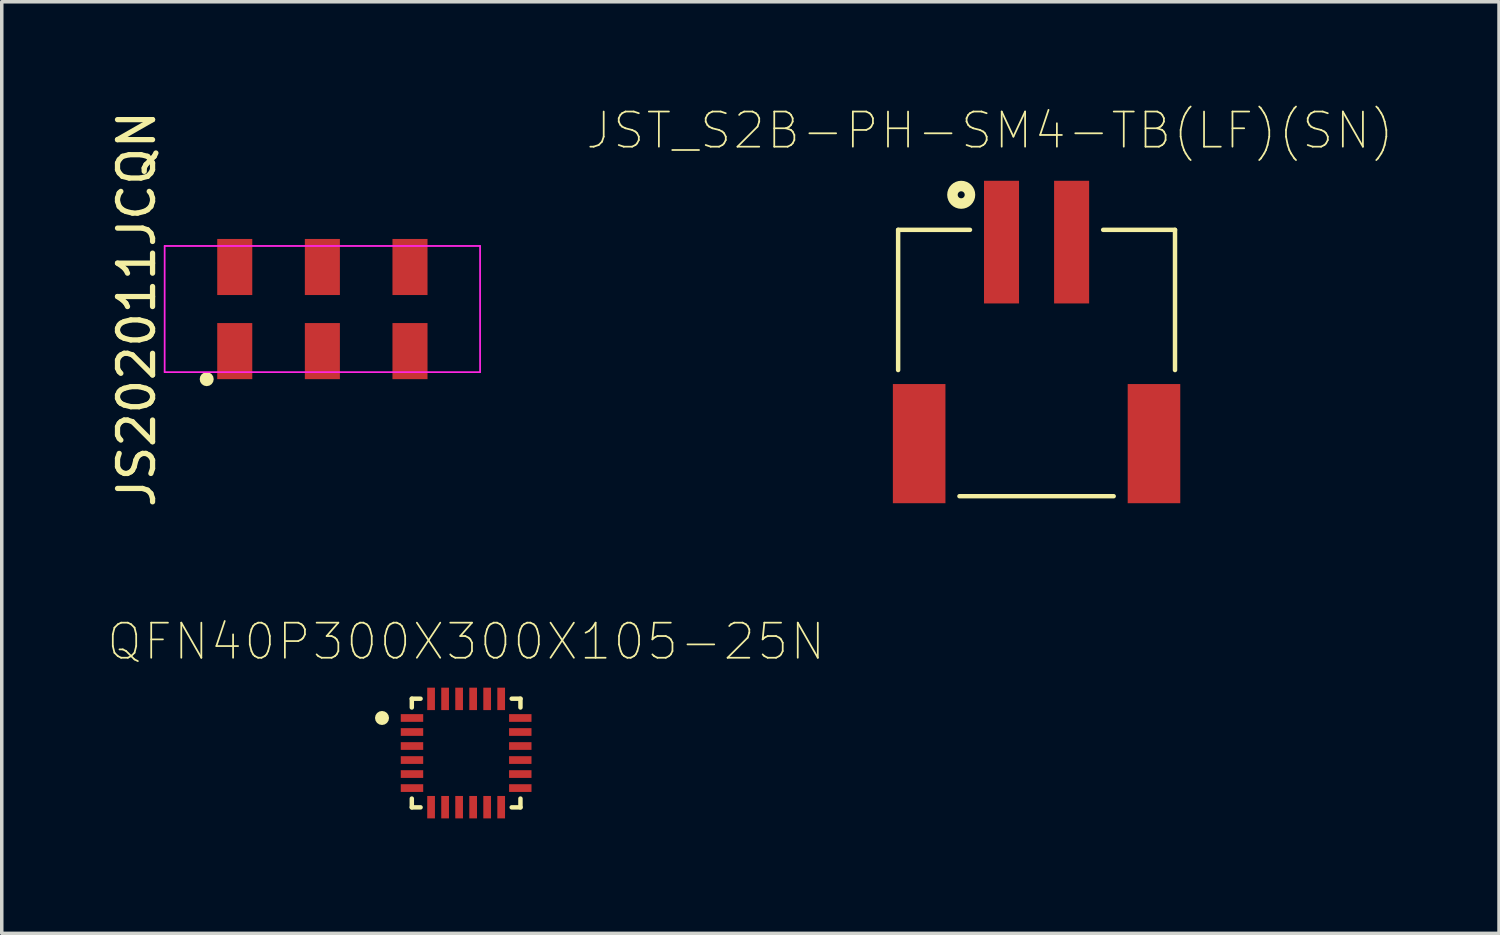
<source format=kicad_pcb>
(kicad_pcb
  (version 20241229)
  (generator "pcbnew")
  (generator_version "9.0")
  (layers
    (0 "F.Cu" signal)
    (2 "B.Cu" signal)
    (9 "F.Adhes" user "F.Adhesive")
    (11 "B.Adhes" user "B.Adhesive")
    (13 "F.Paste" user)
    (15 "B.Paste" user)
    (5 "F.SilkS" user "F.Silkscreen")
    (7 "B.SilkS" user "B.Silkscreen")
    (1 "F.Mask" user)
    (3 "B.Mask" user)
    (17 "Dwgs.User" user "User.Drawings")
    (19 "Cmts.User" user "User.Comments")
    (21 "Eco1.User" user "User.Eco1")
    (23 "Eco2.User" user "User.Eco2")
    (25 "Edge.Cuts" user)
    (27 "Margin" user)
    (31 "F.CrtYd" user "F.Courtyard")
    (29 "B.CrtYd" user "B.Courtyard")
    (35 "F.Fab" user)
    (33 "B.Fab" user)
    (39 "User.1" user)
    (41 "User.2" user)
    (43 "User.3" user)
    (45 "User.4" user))
  (footprint "QFN40P300X300X105-25N"
    (layer "F.Cu")
    (at 10.25 18.436)
    (property "Reference" "QFN40P300X300X105-25N" (at 0 -3.179 0) (layer "F.SilkS") (effects (font (size 1.001 1.001) (thickness 0.05))))
    (attr smd)
    (fp_line (start -1.55 -1.55) (end -1.55 -1.3) (stroke (width 0.127) (type solid)) (layer "F.SilkS"))
    (fp_line (start -1.55 1.3) (end -1.55 1.55) (stroke (width 0.127) (type solid)) (layer "F.SilkS"))
    (fp_line (start -1.55 1.55) (end -1.3 1.55) (stroke (width 0.127) (type solid)) (layer "F.SilkS"))
    (fp_line (start -1.3 -1.55) (end -1.55 -1.55) (stroke (width 0.127) (type solid)) (layer "F.SilkS"))
    (fp_line (start 1.3 -1.55) (end 1.55 -1.55) (stroke (width 0.127) (type solid)) (layer "F.SilkS"))
    (fp_line (start 1.55 -1.55) (end 1.55 -1.3) (stroke (width 0.127) (type solid)) (layer "F.SilkS"))
    (fp_line (start 1.55 1.3) (end 1.55 1.55) (stroke (width 0.127) (type solid)) (layer "F.SilkS"))
    (fp_line (start 1.55 1.55) (end 1.3 1.55) (stroke (width 0.127) (type solid)) (layer "F.SilkS"))
    (fp_circle (center -2.4 -1) (end -2.3 -1) (stroke (width 0.2) (type solid)) (fill no) (layer "F.SilkS"))
    (fp_line (start -2.12 -2.12) (end 2.12 -2.12) (stroke (width 0.05) (type solid)) (layer "Eco1.User"))
    (fp_line (start -2.12 2.12) (end -2.12 -2.12) (stroke (width 0.05) (type solid)) (layer "Eco1.User"))
    (fp_line (start 2.12 -2.12) (end 2.12 2.12) (stroke (width 0.05) (type solid)) (layer "Eco1.User"))
    (fp_line (start 2.12 2.12) (end -2.12 2.12) (stroke (width 0.05) (type solid)) (layer "Eco1.User"))
    (fp_line (start -1.55 -1.55) (end 1.55 -1.55) (stroke (width 0.127) (type solid)) (layer "Eco2.User"))
    (fp_line (start -1.55 1.55) (end -1.55 -1.55) (stroke (width 0.127) (type solid)) (layer "Eco2.User"))
    (fp_line (start 1.55 -1.55) (end 1.55 1.55) (stroke (width 0.127) (type solid)) (layer "Eco2.User"))
    (fp_line (start 1.55 1.55) (end -1.55 1.55) (stroke (width 0.127) (type solid)) (layer "Eco2.User"))
    (fp_circle (center -1.2 -1.1) (end -1.1 -1.1) (stroke (width 0.2) (type solid)) (fill no) (layer "Eco2.User"))
    (pad "1" smd rect (at -1.545 -1) (size 0.64 0.22) (layers "F.Cu" "F.Mask" "F.Paste"))
    (pad "2" smd rect (at -1.545 -0.6) (size 0.64 0.22) (layers "F.Cu" "F.Mask" "F.Paste"))
    (pad "3" smd rect (at -1.545 -0.2) (size 0.64 0.22) (layers "F.Cu" "F.Mask" "F.Paste"))
    (pad "4" smd rect (at -1.545 0.2) (size 0.64 0.22) (layers "F.Cu" "F.Mask" "F.Paste"))
    (pad "5" smd rect (at -1.545 0.6) (size 0.64 0.22) (layers "F.Cu" "F.Mask" "F.Paste"))
    (pad "6" smd rect (at -1.545 1) (size 0.64 0.22) (layers "F.Cu" "F.Mask" "F.Paste"))
    (pad "7" smd rect (at -1 1.545 90) (size 0.64 0.22) (layers "F.Cu" "F.Mask" "F.Paste"))
    (pad "8" smd rect (at -0.6 1.545 90) (size 0.64 0.22) (layers "F.Cu" "F.Mask" "F.Paste"))
    (pad "9" smd rect (at -0.2 1.545 90) (size 0.64 0.22) (layers "F.Cu" "F.Mask" "F.Paste"))
    (pad "10" smd rect (at 0.2 1.545 90) (size 0.64 0.22) (layers "F.Cu" "F.Mask" "F.Paste"))
    (pad "11" smd rect (at 0.6 1.545 90) (size 0.64 0.22) (layers "F.Cu" "F.Mask" "F.Paste"))
    (pad "12" smd rect (at 1 1.545 90) (size 0.64 0.22) (layers "F.Cu" "F.Mask" "F.Paste"))
    (pad "13" smd rect (at 1.545 1 180) (size 0.64 0.22) (layers "F.Cu" "F.Mask" "F.Paste"))
    (pad "14" smd rect (at 1.545 0.6 180) (size 0.64 0.22) (layers "F.Cu" "F.Mask" "F.Paste"))
    (pad "15" smd rect (at 1.545 0.2 180) (size 0.64 0.22) (layers "F.Cu" "F.Mask" "F.Paste"))
    (pad "16" smd rect (at 1.545 -0.2 180) (size 0.64 0.22) (layers "F.Cu" "F.Mask" "F.Paste"))
    (pad "17" smd rect (at 1.545 -0.6 180) (size 0.64 0.22) (layers "F.Cu" "F.Mask" "F.Paste"))
    (pad "18" smd rect (at 1.545 -1 180) (size 0.64 0.22) (layers "F.Cu" "F.Mask" "F.Paste"))
    (pad "19" smd rect (at 1 -1.545 270) (size 0.64 0.22) (layers "F.Cu" "F.Mask" "F.Paste"))
    (pad "20" smd rect (at 0.6 -1.545 270) (size 0.64 0.22) (layers "F.Cu" "F.Mask" "F.Paste"))
    (pad "21" smd rect (at 0.2 -1.545 270) (size 0.64 0.22) (layers "F.Cu" "F.Mask" "F.Paste"))
    (pad "22" smd rect (at -0.2 -1.545 270) (size 0.64 0.22) (layers "F.Cu" "F.Mask" "F.Paste"))
    (pad "23" smd rect (at -0.6 -1.545 270) (size 0.64 0.22) (layers "F.Cu" "F.Mask" "F.Paste"))
    (pad "24" smd rect (at -1 -1.545 270) (size 0.64 0.22) (layers "F.Cu" "F.Mask" "F.Paste")))
  (footprint "JST_S2B-PH-SM4-TB(LF)(SN)"
    (layer "F.Cu")
    (at 26.526 3.858)
    (property "Reference" "JST_S2B-PH-SM4-TB(LF)(SN)" (at -1.329 -3.184 0) (layer "F.SilkS") (effects (font (size 1.002 1.002) (thickness 0.05))))
    (attr smd)
    (fp_line (start -3.95 -0.35) (end -3.95 3.65) (stroke (width 0.127) (type solid)) (layer "F.SilkS"))
    (fp_line (start -2.2 7.25) (end 2.2 7.25) (stroke (width 0.127) (type solid)) (layer "F.SilkS"))
    (fp_line (start -1.9 -0.35) (end -3.95 -0.35) (stroke (width 0.127) (type solid)) (layer "F.SilkS"))
    (fp_line (start 3.95 -0.35) (end 1.9 -0.35) (stroke (width 0.127) (type solid)) (layer "F.SilkS"))
    (fp_line (start 3.95 3.65) (end 3.95 -0.35) (stroke (width 0.127) (type solid)) (layer "F.SilkS"))
    (fp_circle (center -2.15 -1.35) (end -2.05 -1.35) (stroke (width 0.3) (type solid)) (fill no) (layer "F.SilkS"))
    (fp_line (start -4.35 -0.6) (end -1.75 -0.6) (stroke (width 0.05) (type solid)) (layer "Eco1.User"))
    (fp_line (start -4.35 7.7) (end -4.35 -0.6) (stroke (width 0.05) (type solid)) (layer "Eco1.User"))
    (fp_line (start -1.75 -2) (end 1.75 -2) (stroke (width 0.05) (type solid)) (layer "Eco1.User"))
    (fp_line (start -1.75 -0.6) (end -1.75 -2) (stroke (width 0.05) (type solid)) (layer "Eco1.User"))
    (fp_line (start 1.75 -2) (end 1.75 -0.6) (stroke (width 0.05) (type solid)) (layer "Eco1.User"))
    (fp_line (start 1.75 -0.6) (end 4.35 -0.6) (stroke (width 0.05) (type solid)) (layer "Eco1.User"))
    (fp_line (start 4.35 -0.6) (end 4.35 7.7) (stroke (width 0.05) (type solid)) (layer "Eco1.User"))
    (fp_line (start 4.35 7.7) (end -4.35 7.7) (stroke (width 0.05) (type solid)) (layer "Eco1.User"))
    (fp_line (start -3.95 -0.35) (end 3.95 -0.35) (stroke (width 0.127) (type solid)) (layer "Eco2.User"))
    (fp_line (start -3.95 7.25) (end -3.95 -0.35) (stroke (width 0.127) (type solid)) (layer "Eco2.User"))
    (fp_line (start 3.95 -0.35) (end 3.95 7.25) (stroke (width 0.127) (type solid)) (layer "Eco2.User"))
    (fp_line (start 3.95 7.25) (end -3.95 7.25) (stroke (width 0.127) (type solid)) (layer "Eco2.User"))
    (fp_circle (center -2.15 -1.35) (end -2.05 -1.35) (stroke (width 0.3) (type solid)) (fill no) (layer "Eco2.User"))
    (pad "1" smd rect (at -1 0 180) (size 1 3.5) (layers "F.Cu" "F.Mask" "F.Paste"))
    (pad "2" smd rect (at 1 0 180) (size 1 3.5) (layers "F.Cu" "F.Mask" "F.Paste"))
    (pad "S1" smd rect (at -3.35 5.75 180) (size 1.5 3.4) (layers "F.Cu" "F.Mask" "F.Paste"))
    (pad "S2" smd rect (at 3.35 5.75 180) (size 1.5 3.4) (layers "F.Cu" "F.Mask" "F.Paste")))
  (footprint "JS202011JCQN"
    (layer "F.Cu")
    (at 6.148 5.768)
    (property "Reference" "JS202011JCQN" (at -5.3 0 90) (layer "F.SilkS") (effects (font (size 1 1) (thickness 0.15))))
    (attr smd)
    (fp_circle (center -3.3 2) (end -3.2 2) (stroke (width 0.2) (type solid)) (fill no) (layer "F.SilkS"))
    (fp_line (start -4.5 -1.8) (end 4.5 -1.8) (stroke (width 0.05) (type solid)) (layer "F.CrtYd"))
    (fp_line (start -4.5 1.8) (end -4.5 -1.8) (stroke (width 0.05) (type solid)) (layer "F.CrtYd"))
    (fp_line (start 4.5 -1.8) (end 4.5 1.8) (stroke (width 0.05) (type solid)) (layer "F.CrtYd"))
    (fp_line (start 4.5 1.8) (end -4.5 1.8) (stroke (width 0.05) (type solid)) (layer "F.CrtYd"))
    (pad "1" smd rect (at -2.5 -1.2) (size 1 1.6) (layers "F.Cu" "F.Mask" "F.Paste"))
    (pad "1" smd rect (at -2.5 1.2) (size 1 1.6) (layers "F.Cu" "F.Mask" "F.Paste"))
    (pad "2" smd rect (at 0 -1.2) (size 1 1.6) (layers "F.Cu" "F.Mask" "F.Paste"))
    (pad "2" smd rect (at 0 1.2) (size 1 1.6) (layers "F.Cu" "F.Mask" "F.Paste"))
    (pad "3" smd rect (at 2.5 -1.2) (size 1 1.6) (layers "F.Cu" "F.Mask" "F.Paste"))
    (pad "3" smd rect (at 2.5 1.2) (size 1 1.6) (layers "F.Cu" "F.Mask" "F.Paste")))
  (gr_rect
    (start -3 -3)
    (end 39.721 23.581)
    (stroke (width 0.1) (type default))
    (fill no)
    (layer "Edge.Cuts")))
</source>
